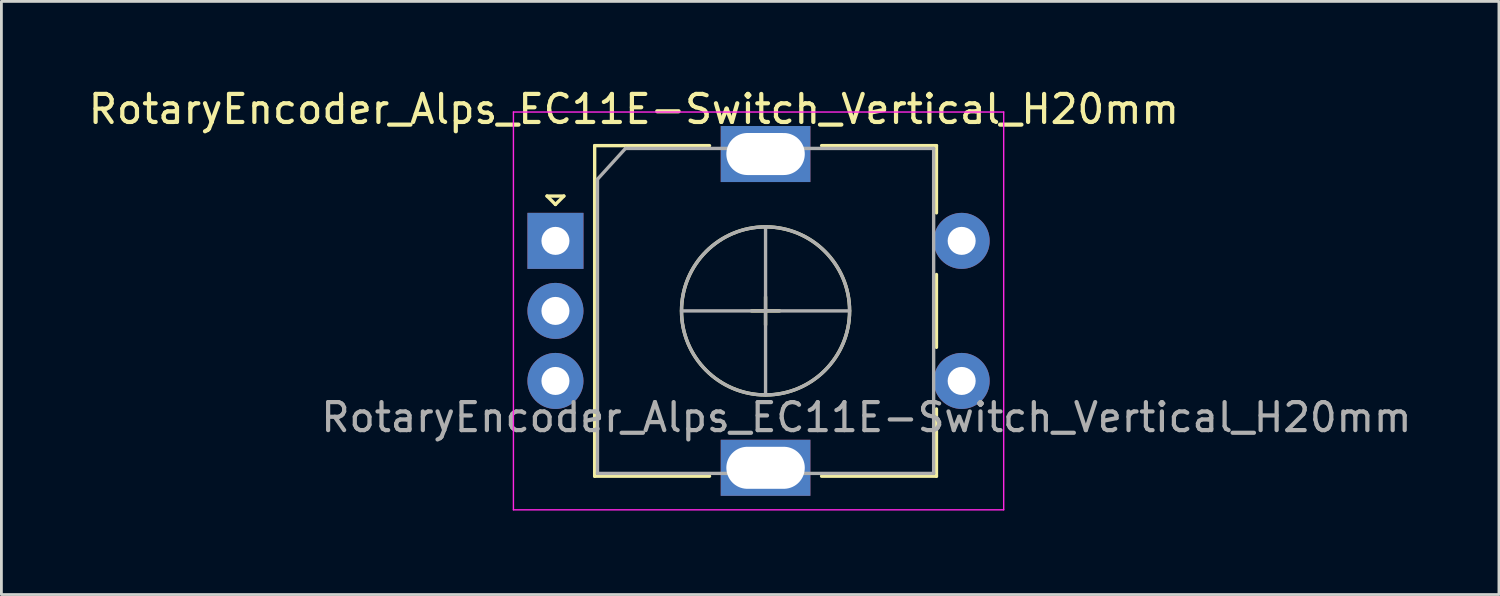
<source format=kicad_pcb>
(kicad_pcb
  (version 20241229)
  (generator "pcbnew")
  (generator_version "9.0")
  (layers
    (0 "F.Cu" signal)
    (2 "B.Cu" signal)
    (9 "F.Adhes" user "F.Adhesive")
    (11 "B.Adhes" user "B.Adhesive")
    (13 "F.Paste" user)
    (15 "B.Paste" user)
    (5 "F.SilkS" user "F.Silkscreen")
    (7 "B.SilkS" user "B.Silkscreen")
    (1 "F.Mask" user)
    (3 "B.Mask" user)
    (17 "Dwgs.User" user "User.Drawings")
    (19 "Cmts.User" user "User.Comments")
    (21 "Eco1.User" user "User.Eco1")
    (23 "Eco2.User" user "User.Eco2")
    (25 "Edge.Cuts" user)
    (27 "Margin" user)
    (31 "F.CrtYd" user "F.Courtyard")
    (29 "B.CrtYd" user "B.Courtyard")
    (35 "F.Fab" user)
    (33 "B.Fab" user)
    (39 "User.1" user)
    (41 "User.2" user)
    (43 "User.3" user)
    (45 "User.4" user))
  (footprint "RotaryEncoder_Alps_EC11E-Switch_Vertical_H20mm"
    (layer "F.Cu")
    (at 24.277 8.048)
    (property "Reference" "RotaryEncoder_Alps_EC11E-Switch_Vertical_H20mm" (at -4.7 -7.2 0) (layer "F.SilkS") (effects (font (size 1 1) (thickness 0.15))))
    (attr through_hole)
    (fp_line (start -7.8 -4.1) (end -7.2 -4.1) (stroke (width 0.12) (type solid)) (layer "F.SilkS"))
    (fp_line (start -7.5 -3.8) (end -7.8 -4.1) (stroke (width 0.12) (type solid)) (layer "F.SilkS"))
    (fp_line (start -7.2 -4.1) (end -7.5 -3.8) (stroke (width 0.12) (type solid)) (layer "F.SilkS"))
    (fp_line (start -6.1 -5.9) (end -6.1 5.9) (stroke (width 0.12) (type solid)) (layer "F.SilkS"))
    (fp_line (start -2 -5.9) (end -6.1 -5.9) (stroke (width 0.12) (type solid)) (layer "F.SilkS"))
    (fp_line (start -2 5.9) (end -6.1 5.9) (stroke (width 0.12) (type solid)) (layer "F.SilkS"))
    (fp_line (start -0.5 0) (end 0.5 0) (stroke (width 0.12) (type solid)) (layer "F.SilkS"))
    (fp_line (start 0 -0.5) (end 0 0.5) (stroke (width 0.12) (type solid)) (layer "F.SilkS"))
    (fp_line (start 2 -5.9) (end 6.1 -5.9) (stroke (width 0.12) (type solid)) (layer "F.SilkS"))
    (fp_line (start 6.1 -5.9) (end 6.1 -3.5) (stroke (width 0.12) (type solid)) (layer "F.SilkS"))
    (fp_line (start 6.1 -1.3) (end 6.1 1.3) (stroke (width 0.12) (type solid)) (layer "F.SilkS"))
    (fp_line (start 6.1 3.5) (end 6.1 5.9) (stroke (width 0.12) (type solid)) (layer "F.SilkS"))
    (fp_line (start 6.1 5.9) (end 2 5.9) (stroke (width 0.12) (type solid)) (layer "F.SilkS"))
    (fp_circle (center 0 0) (end 3 0) (stroke (width 0.12) (type solid)) (fill no) (layer "F.SilkS"))
    (fp_line (start -9 -7.1) (end -9 7.1) (stroke (width 0.05) (type solid)) (layer "F.CrtYd"))
    (fp_line (start -9 -7.1) (end 8.5 -7.1) (stroke (width 0.05) (type solid)) (layer "F.CrtYd"))
    (fp_line (start 8.5 7.1) (end -9 7.1) (stroke (width 0.05) (type solid)) (layer "F.CrtYd"))
    (fp_line (start 8.5 7.1) (end 8.5 -7.1) (stroke (width 0.05) (type solid)) (layer "F.CrtYd"))
    (fp_line (start -6 -4.7) (end -5 -5.8) (stroke (width 0.12) (type solid)) (layer "F.Fab"))
    (fp_line (start -6 5.8) (end -6 -4.7) (stroke (width 0.12) (type solid)) (layer "F.Fab"))
    (fp_line (start -5 -5.8) (end 6 -5.8) (stroke (width 0.12) (type solid)) (layer "F.Fab"))
    (fp_line (start -3 0) (end 3 0) (stroke (width 0.12) (type solid)) (layer "F.Fab"))
    (fp_line (start 0 -3) (end 0 3) (stroke (width 0.12) (type solid)) (layer "F.Fab"))
    (fp_line (start 6 -5.8) (end 6 5.8) (stroke (width 0.12) (type solid)) (layer "F.Fab"))
    (fp_line (start 6 5.8) (end -6 5.8) (stroke (width 0.12) (type solid)) (layer "F.Fab"))
    (fp_circle (center 0 0) (end 3 0) (stroke (width 0.12) (type solid)) (fill no) (layer "F.Fab"))
    (fp_text user "${REFERENCE}" (at 3.6 3.8 0) (layer "F.Fab") (effects (font (size 1 1) (thickness 0.15))))
    (pad "A" thru_hole rect (at -7.5 -2.5) (size 2 2) (drill 1) (layers "*.Cu" "*.Mask"))
    (pad "B" thru_hole circle (at -7.5 2.5) (size 2 2) (drill 1) (layers "*.Cu" "*.Mask"))
    (pad "C" thru_hole circle (at -7.5 0) (size 2 2) (drill 1) (layers "*.Cu" "*.Mask"))
    (pad "MP" thru_hole rect (at 0 -5.6) (size 3.2 2) (drill oval 2.8 1.5) (layers "*.Cu" "*.Mask"))
    (pad "MP" thru_hole rect (at 0 5.6) (size 3.2 2) (drill oval 2.8 1.5) (layers "*.Cu" "*.Mask"))
    (pad "S1" thru_hole circle (at 7 2.5) (size 2 2) (drill 1) (layers "*.Cu" "*.Mask"))
    (pad "S2" thru_hole circle (at 7 -2.5) (size 2 2) (drill 1) (layers "*.Cu" "*.Mask")))
  (gr_rect
    (start -3 -3)
    (end 50.455 18.173)
    (stroke (width 0.1) (type default))
    (fill no)
    (layer "Edge.Cuts")))
</source>
